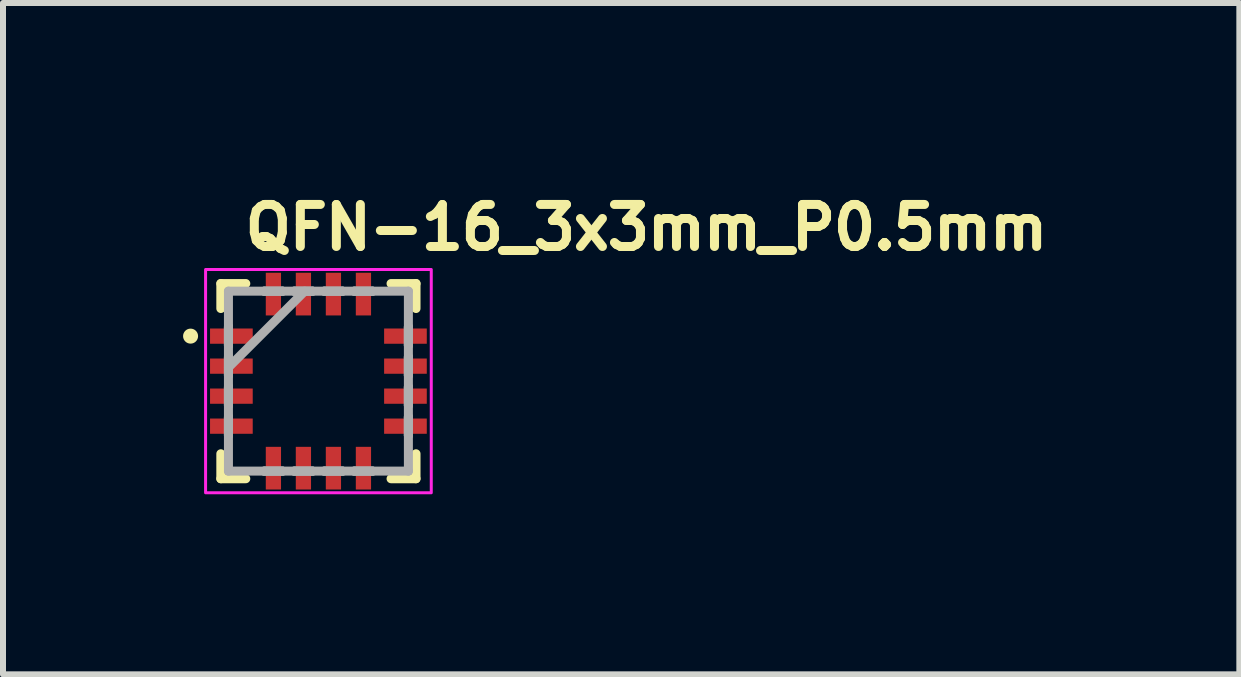
<source format=kicad_pcb>
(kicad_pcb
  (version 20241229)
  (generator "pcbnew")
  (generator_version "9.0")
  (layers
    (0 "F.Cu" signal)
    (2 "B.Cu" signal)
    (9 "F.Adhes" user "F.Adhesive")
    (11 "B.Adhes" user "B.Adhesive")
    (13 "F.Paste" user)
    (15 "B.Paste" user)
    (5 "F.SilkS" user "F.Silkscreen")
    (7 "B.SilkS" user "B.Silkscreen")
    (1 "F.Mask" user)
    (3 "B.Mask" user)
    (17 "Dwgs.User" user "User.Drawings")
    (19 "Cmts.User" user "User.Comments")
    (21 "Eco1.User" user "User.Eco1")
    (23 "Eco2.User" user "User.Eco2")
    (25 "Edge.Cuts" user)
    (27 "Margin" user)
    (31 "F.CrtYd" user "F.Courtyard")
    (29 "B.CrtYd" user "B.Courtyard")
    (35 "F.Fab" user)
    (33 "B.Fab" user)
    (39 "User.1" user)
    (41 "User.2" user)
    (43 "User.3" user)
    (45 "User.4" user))
  (footprint "QFN-16_3x3mm_P0.5mm"
    (layer "F.Cu")
    (at 2.255 3.3)
    (property "Reference" "QFN-16_3x3mm_P0.5mm" (at -1.3 -2.15 0) (unlocked yes) (layer "F.SilkS") (effects (font (size 0.7 0.7) (thickness 0.15)) (justify left bottom)))
    (attr smd)
    (fp_line (start -1.626 -1.626) (end -1.626 -1.21) (stroke (width 0.15) (type solid)) (layer "F.SilkS"))
    (fp_line (start -1.626 1.21) (end -1.626 1.626) (stroke (width 0.15) (type solid)) (layer "F.SilkS"))
    (fp_line (start -1.626 1.626) (end -1.21 1.626) (stroke (width 0.15) (type solid)) (layer "F.SilkS"))
    (fp_line (start -1.21 -1.626) (end -1.626 -1.626) (stroke (width 0.15) (type solid)) (layer "F.SilkS"))
    (fp_line (start 1.21 1.626) (end 1.626 1.626) (stroke (width 0.15) (type solid)) (layer "F.SilkS"))
    (fp_line (start 1.626 -1.626) (end 1.21 -1.626) (stroke (width 0.15) (type solid)) (layer "F.SilkS"))
    (fp_line (start 1.626 -1.21) (end 1.626 -1.626) (stroke (width 0.15) (type solid)) (layer "F.SilkS"))
    (fp_line (start 1.626 1.626) (end 1.626 1.21) (stroke (width 0.15) (type solid)) (layer "F.SilkS"))
    (fp_circle (center -2.13 -0.75) (end -2.08 -0.75) (stroke (width 0.15) (type solid)) (fill yes) (layer "F.SilkS"))
    (fp_rect (start -1.88 -1.86) (end 1.88 1.86) (stroke (width 0.05) (type solid)) (fill no) (layer "F.CrtYd"))
    (fp_line (start -1.499 -1.499) (end -1.499 1.499) (stroke (width 0.15) (type solid)) (layer "F.Fab"))
    (fp_line (start -1.499 -0.902) (end -1.499 -0.902) (stroke (width 0.15) (type solid)) (layer "F.Fab"))
    (fp_line (start -1.499 -0.902) (end -1.499 -0.598) (stroke (width 0.15) (type solid)) (layer "F.Fab"))
    (fp_line (start -1.499 -0.598) (end -1.499 -0.902) (stroke (width 0.15) (type solid)) (layer "F.Fab"))
    (fp_line (start -1.499 -0.598) (end -1.499 -0.598) (stroke (width 0.15) (type solid)) (layer "F.Fab"))
    (fp_line (start -1.499 -0.402) (end -1.499 -0.402) (stroke (width 0.15) (type solid)) (layer "F.Fab"))
    (fp_line (start -1.499 -0.402) (end -1.499 -0.098) (stroke (width 0.15) (type solid)) (layer "F.Fab"))
    (fp_line (start -1.499 -0.229) (end -0.229 -1.499) (stroke (width 0.15) (type solid)) (layer "F.Fab"))
    (fp_line (start -1.499 -0.098) (end -1.499 -0.402) (stroke (width 0.15) (type solid)) (layer "F.Fab"))
    (fp_line (start -1.499 -0.098) (end -1.499 -0.098) (stroke (width 0.15) (type solid)) (layer "F.Fab"))
    (fp_line (start -1.499 0.098) (end -1.499 0.098) (stroke (width 0.15) (type solid)) (layer "F.Fab"))
    (fp_line (start -1.499 0.098) (end -1.499 0.402) (stroke (width 0.15) (type solid)) (layer "F.Fab"))
    (fp_line (start -1.499 0.402) (end -1.499 0.098) (stroke (width 0.15) (type solid)) (layer "F.Fab"))
    (fp_line (start -1.499 0.402) (end -1.499 0.402) (stroke (width 0.15) (type solid)) (layer "F.Fab"))
    (fp_line (start -1.499 0.598) (end -1.499 0.598) (stroke (width 0.15) (type solid)) (layer "F.Fab"))
    (fp_line (start -1.499 0.598) (end -1.499 0.902) (stroke (width 0.15) (type solid)) (layer "F.Fab"))
    (fp_line (start -1.499 0.902) (end -1.499 0.598) (stroke (width 0.15) (type solid)) (layer "F.Fab"))
    (fp_line (start -1.499 0.902) (end -1.499 0.902) (stroke (width 0.15) (type solid)) (layer "F.Fab"))
    (fp_line (start -1.499 1.499) (end 1.499 1.499) (stroke (width 0.15) (type solid)) (layer "F.Fab"))
    (fp_line (start -0.902 -1.499) (end -0.902 -1.499) (stroke (width 0.15) (type solid)) (layer "F.Fab"))
    (fp_line (start -0.902 -1.499) (end -0.598 -1.499) (stroke (width 0.15) (type solid)) (layer "F.Fab"))
    (fp_line (start -0.902 1.499) (end -0.902 1.499) (stroke (width 0.15) (type solid)) (layer "F.Fab"))
    (fp_line (start -0.902 1.499) (end -0.598 1.499) (stroke (width 0.15) (type solid)) (layer "F.Fab"))
    (fp_line (start -0.598 -1.499) (end -0.902 -1.499) (stroke (width 0.15) (type solid)) (layer "F.Fab"))
    (fp_line (start -0.598 -1.499) (end -0.598 -1.499) (stroke (width 0.15) (type solid)) (layer "F.Fab"))
    (fp_line (start -0.598 1.499) (end -0.902 1.499) (stroke (width 0.15) (type solid)) (layer "F.Fab"))
    (fp_line (start -0.598 1.499) (end -0.598 1.499) (stroke (width 0.15) (type solid)) (layer "F.Fab"))
    (fp_line (start -0.402 -1.499) (end -0.402 -1.499) (stroke (width 0.15) (type solid)) (layer "F.Fab"))
    (fp_line (start -0.402 -1.499) (end -0.098 -1.499) (stroke (width 0.15) (type solid)) (layer "F.Fab"))
    (fp_line (start -0.402 1.499) (end -0.402 1.499) (stroke (width 0.15) (type solid)) (layer "F.Fab"))
    (fp_line (start -0.402 1.499) (end -0.098 1.499) (stroke (width 0.15) (type solid)) (layer "F.Fab"))
    (fp_line (start -0.098 -1.499) (end -0.402 -1.499) (stroke (width 0.15) (type solid)) (layer "F.Fab"))
    (fp_line (start -0.098 -1.499) (end -0.098 -1.499) (stroke (width 0.15) (type solid)) (layer "F.Fab"))
    (fp_line (start -0.098 1.499) (end -0.402 1.499) (stroke (width 0.15) (type solid)) (layer "F.Fab"))
    (fp_line (start -0.098 1.499) (end -0.098 1.499) (stroke (width 0.15) (type solid)) (layer "F.Fab"))
    (fp_line (start 0.098 -1.499) (end 0.098 -1.499) (stroke (width 0.15) (type solid)) (layer "F.Fab"))
    (fp_line (start 0.098 -1.499) (end 0.402 -1.499) (stroke (width 0.15) (type solid)) (layer "F.Fab"))
    (fp_line (start 0.098 1.499) (end 0.098 1.499) (stroke (width 0.15) (type solid)) (layer "F.Fab"))
    (fp_line (start 0.098 1.499) (end 0.402 1.499) (stroke (width 0.15) (type solid)) (layer "F.Fab"))
    (fp_line (start 0.402 -1.499) (end 0.098 -1.499) (stroke (width 0.15) (type solid)) (layer "F.Fab"))
    (fp_line (start 0.402 -1.499) (end 0.402 -1.499) (stroke (width 0.15) (type solid)) (layer "F.Fab"))
    (fp_line (start 0.402 1.499) (end 0.098 1.499) (stroke (width 0.15) (type solid)) (layer "F.Fab"))
    (fp_line (start 0.402 1.499) (end 0.402 1.499) (stroke (width 0.15) (type solid)) (layer "F.Fab"))
    (fp_line (start 0.598 -1.499) (end 0.598 -1.499) (stroke (width 0.15) (type solid)) (layer "F.Fab"))
    (fp_line (start 0.598 -1.499) (end 0.902 -1.499) (stroke (width 0.15) (type solid)) (layer "F.Fab"))
    (fp_line (start 0.598 1.499) (end 0.598 1.499) (stroke (width 0.15) (type solid)) (layer "F.Fab"))
    (fp_line (start 0.598 1.499) (end 0.902 1.499) (stroke (width 0.15) (type solid)) (layer "F.Fab"))
    (fp_line (start 0.902 -1.499) (end 0.598 -1.499) (stroke (width 0.15) (type solid)) (layer "F.Fab"))
    (fp_line (start 0.902 -1.499) (end 0.902 -1.499) (stroke (width 0.15) (type solid)) (layer "F.Fab"))
    (fp_line (start 0.902 1.499) (end 0.598 1.499) (stroke (width 0.15) (type solid)) (layer "F.Fab"))
    (fp_line (start 0.902 1.499) (end 0.902 1.499) (stroke (width 0.15) (type solid)) (layer "F.Fab"))
    (fp_line (start 1.499 -1.499) (end -1.499 -1.499) (stroke (width 0.15) (type solid)) (layer "F.Fab"))
    (fp_line (start 1.499 -0.902) (end 1.499 -0.902) (stroke (width 0.15) (type solid)) (layer "F.Fab"))
    (fp_line (start 1.499 -0.902) (end 1.499 -0.598) (stroke (width 0.15) (type solid)) (layer "F.Fab"))
    (fp_line (start 1.499 -0.598) (end 1.499 -0.902) (stroke (width 0.15) (type solid)) (layer "F.Fab"))
    (fp_line (start 1.499 -0.598) (end 1.499 -0.598) (stroke (width 0.15) (type solid)) (layer "F.Fab"))
    (fp_line (start 1.499 -0.402) (end 1.499 -0.402) (stroke (width 0.15) (type solid)) (layer "F.Fab"))
    (fp_line (start 1.499 -0.402) (end 1.499 -0.098) (stroke (width 0.15) (type solid)) (layer "F.Fab"))
    (fp_line (start 1.499 -0.098) (end 1.499 -0.402) (stroke (width 0.15) (type solid)) (layer "F.Fab"))
    (fp_line (start 1.499 -0.098) (end 1.499 -0.098) (stroke (width 0.15) (type solid)) (layer "F.Fab"))
    (fp_line (start 1.499 0.098) (end 1.499 0.098) (stroke (width 0.15) (type solid)) (layer "F.Fab"))
    (fp_line (start 1.499 0.098) (end 1.499 0.402) (stroke (width 0.15) (type solid)) (layer "F.Fab"))
    (fp_line (start 1.499 0.402) (end 1.499 0.098) (stroke (width 0.15) (type solid)) (layer "F.Fab"))
    (fp_line (start 1.499 0.402) (end 1.499 0.402) (stroke (width 0.15) (type solid)) (layer "F.Fab"))
    (fp_line (start 1.499 0.598) (end 1.499 0.598) (stroke (width 0.15) (type solid)) (layer "F.Fab"))
    (fp_line (start 1.499 0.598) (end 1.499 0.902) (stroke (width 0.15) (type solid)) (layer "F.Fab"))
    (fp_line (start 1.499 0.902) (end 1.499 0.598) (stroke (width 0.15) (type solid)) (layer "F.Fab"))
    (fp_line (start 1.499 0.902) (end 1.499 0.902) (stroke (width 0.15) (type solid)) (layer "F.Fab"))
    (fp_line (start 1.499 1.499) (end 1.499 -1.499) (stroke (width 0.15) (type solid)) (layer "F.Fab"))
    (fp_rect (start -1.499 -1.499) (end 1.499 1.499) (stroke (width 0.1) (type solid)) (fill no) (layer "User.5"))
    (fp_line (start -1.499 -1.499) (end -1.499 1.499) (stroke (width 0.1) (type solid)) (layer "User.9"))
    (fp_line (start -1.499 1.499) (end 1.499 1.499) (stroke (width 0.1) (type solid)) (layer "User.9"))
    (fp_line (start -1.274 -0.75) (end -1.27 -0.727) (stroke (width 0.1) (type solid)) (layer "User.9"))
    (fp_line (start -1.27 -0.773) (end -1.274 -0.75) (stroke (width 0.1) (type solid)) (layer "User.9"))
    (fp_line (start -1.27 -0.727) (end -1.26 -0.706) (stroke (width 0.1) (type solid)) (layer "User.9"))
    (fp_line (start -1.26 -0.794) (end -1.27 -0.773) (stroke (width 0.1) (type solid)) (layer "User.9"))
    (fp_line (start -1.26 -0.706) (end -1.243 -0.689) (stroke (width 0.1) (type solid)) (layer "User.9"))
    (fp_line (start -1.243 -0.811) (end -1.26 -0.794) (stroke (width 0.1) (type solid)) (layer "User.9"))
    (fp_line (start -1.243 -0.689) (end -1.222 -0.679) (stroke (width 0.1) (type solid)) (layer "User.9"))
    (fp_line (start -1.222 -0.821) (end -1.243 -0.811) (stroke (width 0.1) (type solid)) (layer "User.9"))
    (fp_line (start -1.222 -0.679) (end -1.199 -0.675) (stroke (width 0.1) (type solid)) (layer "User.9"))
    (fp_line (start -1.199 -0.825) (end -1.222 -0.821) (stroke (width 0.1) (type solid)) (layer "User.9"))
    (fp_line (start -1.199 -0.675) (end -1.176 -0.679) (stroke (width 0.1) (type solid)) (layer "User.9"))
    (fp_line (start -1.176 -0.821) (end -1.199 -0.825) (stroke (width 0.1) (type solid)) (layer "User.9"))
    (fp_line (start -1.176 -0.679) (end -1.155 -0.689) (stroke (width 0.1) (type solid)) (layer "User.9"))
    (fp_line (start -1.155 -0.811) (end -1.176 -0.821) (stroke (width 0.1) (type solid)) (layer "User.9"))
    (fp_line (start -1.155 -0.689) (end -1.138 -0.706) (stroke (width 0.1) (type solid)) (layer "User.9"))
    (fp_line (start -1.138 -0.794) (end -1.155 -0.811) (stroke (width 0.1) (type solid)) (layer "User.9"))
    (fp_line (start -1.138 -0.706) (end -1.128 -0.727) (stroke (width 0.1) (type solid)) (layer "User.9"))
    (fp_line (start -1.128 -0.773) (end -1.138 -0.794) (stroke (width 0.1) (type solid)) (layer "User.9"))
    (fp_line (start -1.128 -0.727) (end -1.124 -0.75) (stroke (width 0.1) (type solid)) (layer "User.9"))
    (fp_line (start -1.124 -0.75) (end -1.128 -0.773) (stroke (width 0.1) (type solid)) (layer "User.9"))
    (fp_line (start 1.499 -1.499) (end -1.499 -1.499) (stroke (width 0.1) (type solid)) (layer "User.9"))
    (fp_line (start 1.499 1.499) (end 1.499 -1.499) (stroke (width 0.1) (type solid)) (layer "User.9"))
    (pad "1" smd rect (at -1.45 -0.75 90) (size 0.254 0.711) (layers "F.Cu" "F.Mask" "F.Paste"))
    (pad "2" smd rect (at -1.45 -0.25 90) (size 0.254 0.711) (layers "F.Cu" "F.Mask" "F.Paste"))
    (pad "3" smd rect (at -1.45 0.25 90) (size 0.254 0.711) (layers "F.Cu" "F.Mask" "F.Paste"))
    (pad "4" smd rect (at -1.45 0.75 90) (size 0.254 0.711) (layers "F.Cu" "F.Mask" "F.Paste"))
    (pad "5" smd rect (at -0.75 1.45) (size 0.254 0.711) (layers "F.Cu" "F.Mask" "F.Paste"))
    (pad "6" smd rect (at -0.25 1.45) (size 0.254 0.711) (layers "F.Cu" "F.Mask" "F.Paste"))
    (pad "7" smd rect (at 0.25 1.45) (size 0.254 0.711) (layers "F.Cu" "F.Mask" "F.Paste"))
    (pad "8" smd rect (at 0.75 1.45) (size 0.254 0.711) (layers "F.Cu" "F.Mask" "F.Paste"))
    (pad "9" smd rect (at 1.45 0.75 90) (size 0.254 0.711) (layers "F.Cu" "F.Mask" "F.Paste"))
    (pad "10" smd rect (at 1.45 0.25 90) (size 0.254 0.711) (layers "F.Cu" "F.Mask" "F.Paste"))
    (pad "11" smd rect (at 1.45 -0.25 90) (size 0.254 0.711) (layers "F.Cu" "F.Mask" "F.Paste"))
    (pad "12" smd rect (at 1.45 -0.75 90) (size 0.254 0.711) (layers "F.Cu" "F.Mask" "F.Paste"))
    (pad "13" smd rect (at 0.75 -1.45) (size 0.254 0.711) (layers "F.Cu" "F.Mask" "F.Paste"))
    (pad "14" smd rect (at 0.25 -1.45) (size 0.254 0.711) (layers "F.Cu" "F.Mask" "F.Paste"))
    (pad "15" smd rect (at -0.25 -1.45) (size 0.254 0.711) (layers "F.Cu" "F.Mask" "F.Paste"))
    (pad "16" smd rect (at -0.75 -1.45) (size 0.254 0.711) (layers "F.Cu" "F.Mask" "F.Paste")))
  (gr_rect
    (start -3 -3)
    (end 17.598 8.185)
    (stroke (width 0.1) (type default))
    (fill no)
    (layer "Edge.Cuts")))
</source>
